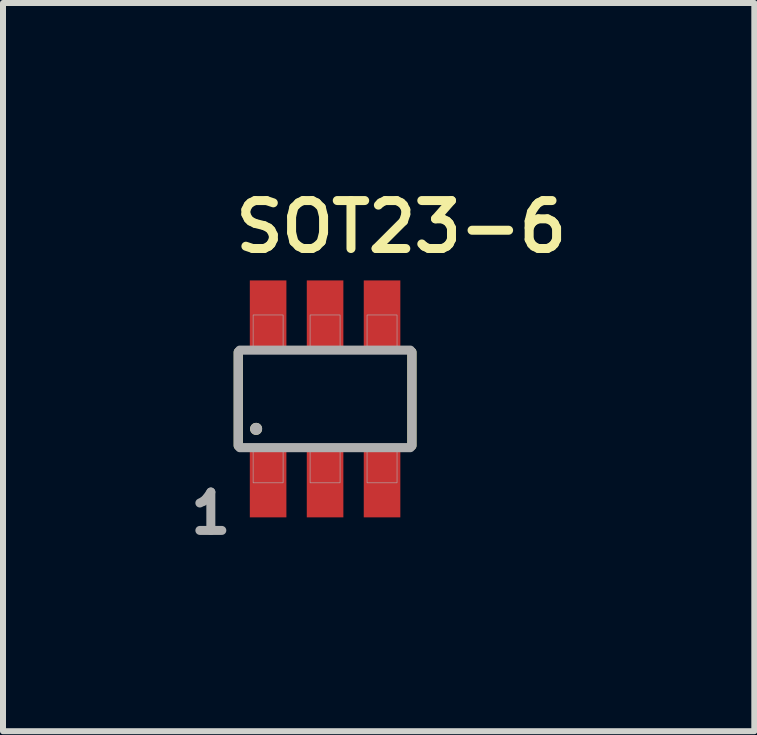
<source format=kicad_pcb>
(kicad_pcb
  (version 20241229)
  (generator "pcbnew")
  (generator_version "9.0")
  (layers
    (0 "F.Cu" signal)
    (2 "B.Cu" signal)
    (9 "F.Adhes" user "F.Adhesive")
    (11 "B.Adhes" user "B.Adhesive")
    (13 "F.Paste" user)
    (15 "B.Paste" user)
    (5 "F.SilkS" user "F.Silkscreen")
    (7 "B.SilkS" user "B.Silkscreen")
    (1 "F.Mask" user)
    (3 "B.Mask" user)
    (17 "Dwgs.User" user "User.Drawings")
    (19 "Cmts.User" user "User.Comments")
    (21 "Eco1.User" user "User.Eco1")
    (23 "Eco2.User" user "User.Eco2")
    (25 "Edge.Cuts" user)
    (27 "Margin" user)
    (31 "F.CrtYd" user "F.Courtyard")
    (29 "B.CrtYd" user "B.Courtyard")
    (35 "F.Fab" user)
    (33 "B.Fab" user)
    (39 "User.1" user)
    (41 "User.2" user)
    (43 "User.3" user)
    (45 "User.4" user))
  (footprint "SOT23-6"
    (layer "F.Cu")
    (at 2.371 3.602)
    (property "Reference" "SOT23-6" (at 1.27 -2.87 0) (layer "F.SilkS") (effects (font (size 0.8 0.8) (thickness 0.15))))
    (attr smd)
    (fp_line (start -1.448 0.781) (end -1.448 -0.781) (stroke (width 0.152) (type solid)) (layer "F.SilkS"))
    (fp_line (start 1.448 -0.781) (end 1.448 0.781) (stroke (width 0.152) (type solid)) (layer "F.SilkS"))
    (fp_circle (center -1.15 0.5) (end -1.05 0.5) (stroke (width 0) (type solid)) (fill yes) (layer "F.SilkS"))
    (fp_line (start -1.448 0.781) (end -1.448 -0.781) (stroke (width 0.152) (type solid)) (layer "F.Fab"))
    (fp_line (start -1.423 -0.813) (end 1.422 -0.813) (stroke (width 0.152) (type solid)) (layer "F.Fab"))
    (fp_line (start 1.422 0.813) (end -1.423 0.813) (stroke (width 0.152) (type solid)) (layer "F.Fab"))
    (fp_line (start 1.448 0.781) (end 1.448 -0.781) (stroke (width 0.152) (type solid)) (layer "F.Fab"))
    (fp_circle (center -1.15 0.5) (end -1.05 0.5) (stroke (width 0) (type solid)) (fill yes) (layer "F.Fab"))
    (fp_poly (pts (xy -1.2 -1.4) (xy -0.7 -1.4) (xy -0.7 -0.8) (xy -1.2 -0.8)) (stroke (width 0.01) (type solid)) (fill no) (layer "F.Fab"))
    (fp_poly (pts (xy -1.2 0.8) (xy -0.7 0.8) (xy -0.7 1.4) (xy -1.2 1.4)) (stroke (width 0.01) (type solid)) (fill no) (layer "F.Fab"))
    (fp_poly (pts (xy -0.25 -1.4) (xy 0.25 -1.4) (xy 0.25 -0.8) (xy -0.25 -0.8)) (stroke (width 0.01) (type solid)) (fill no) (layer "F.Fab"))
    (fp_poly (pts (xy -0.25 0.8) (xy 0.25 0.8) (xy 0.25 1.4) (xy -0.25 1.4)) (stroke (width 0.01) (type solid)) (fill no) (layer "F.Fab"))
    (fp_poly (pts (xy 0.7 -1.4) (xy 1.2 -1.4) (xy 1.2 -0.8) (xy 0.7 -0.8)) (stroke (width 0.01) (type solid)) (fill no) (layer "F.Fab"))
    (fp_poly (pts (xy 0.7 0.8) (xy 1.2 0.8) (xy 1.2 1.4) (xy 0.7 1.4)) (stroke (width 0.01) (type solid)) (fill no) (layer "F.Fab"))
    (fp_text user "1" (at -1.905 1.905 0) (layer "F.Fab") (effects (font (size 0.64 0.64) (thickness 0.15))))
    (pad "1" smd rect (at -0.95 1.404) (size 0.61 1.143) (layers "F.Cu" "F.Mask" "F.Paste"))
    (pad "2" smd rect (at 0 1.404) (size 0.61 1.143) (layers "F.Cu" "F.Mask" "F.Paste"))
    (pad "3" smd rect (at 0.95 1.404) (size 0.61 1.143) (layers "F.Cu" "F.Mask" "F.Paste"))
    (pad "4" smd rect (at 0.95 -1.404) (size 0.61 1.143) (layers "F.Cu" "F.Mask" "F.Paste"))
    (pad "5" smd rect (at 0 -1.404) (size 0.61 1.143) (layers "F.Cu" "F.Mask" "F.Paste"))
    (pad "6" smd rect (at -0.95 -1.404) (size 0.61 1.143) (layers "F.Cu" "F.Mask" "F.Paste")))
  (gr_rect
    (start -3 -3)
    (end 9.529 9.144)
    (stroke (width 0.1) (type default))
    (fill no)
    (layer "Edge.Cuts")))
</source>
